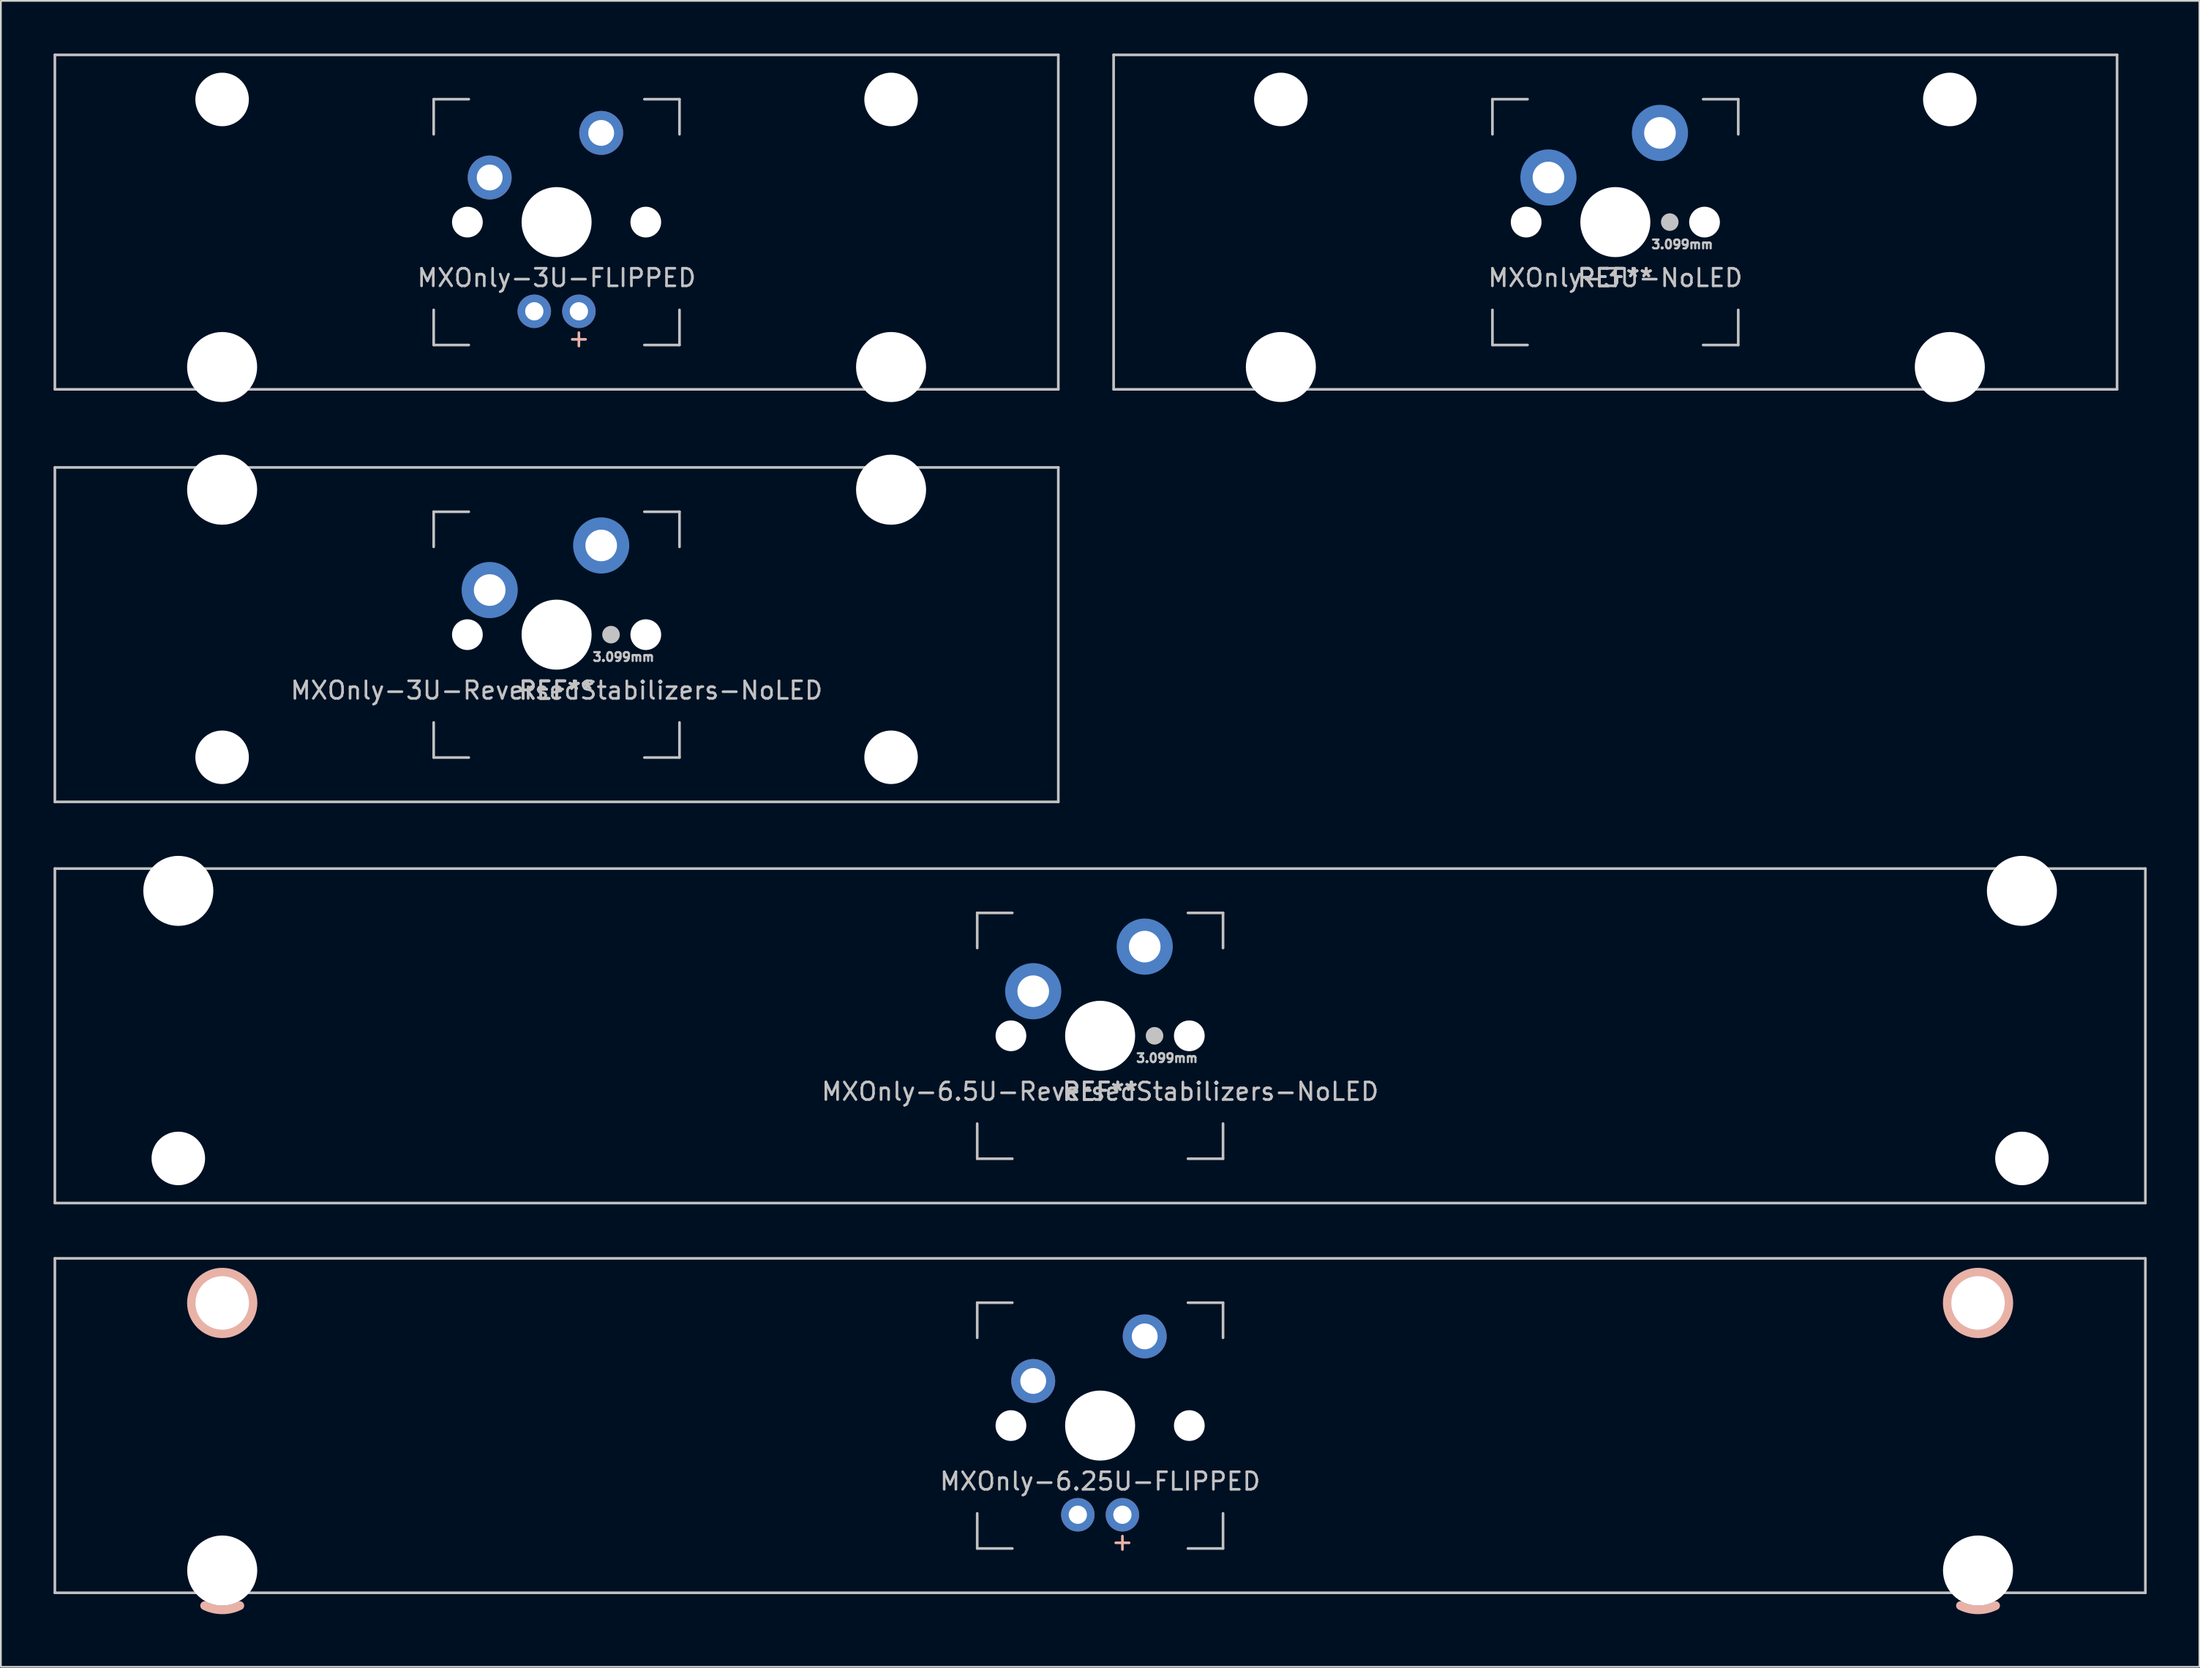
<source format=kicad_pcb>
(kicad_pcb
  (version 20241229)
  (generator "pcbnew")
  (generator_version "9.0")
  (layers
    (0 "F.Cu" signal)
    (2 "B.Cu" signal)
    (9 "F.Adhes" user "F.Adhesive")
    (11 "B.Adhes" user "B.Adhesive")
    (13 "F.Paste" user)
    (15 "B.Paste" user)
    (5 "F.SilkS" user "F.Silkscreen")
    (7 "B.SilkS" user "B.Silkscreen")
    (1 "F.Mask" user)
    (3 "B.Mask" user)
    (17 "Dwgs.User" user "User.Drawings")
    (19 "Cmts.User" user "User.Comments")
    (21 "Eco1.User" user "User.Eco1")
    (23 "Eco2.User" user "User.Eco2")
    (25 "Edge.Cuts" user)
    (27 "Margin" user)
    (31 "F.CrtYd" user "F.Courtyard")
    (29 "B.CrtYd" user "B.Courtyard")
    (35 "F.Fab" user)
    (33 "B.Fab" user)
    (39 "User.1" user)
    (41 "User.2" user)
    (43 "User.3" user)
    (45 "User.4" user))
  (footprint "MXOnly-3U-NoLED"
    (layer "F.Cu")
    (at 88.95 9.6)
    (property "Reference" "MXOnly-3U-NoLED" (at 0 3.175 0) (layer "Dwgs.User") (effects (font (size 1 1) (thickness 0.15))))
    (attr through_hole)
    (fp_line (start -28.575 -9.525) (end 28.575 -9.525) (stroke (width 0.15) (type solid)) (layer "Dwgs.User"))
    (fp_line (start -28.575 9.525) (end -28.575 -9.525) (stroke (width 0.15) (type solid)) (layer "Dwgs.User"))
    (fp_line (start -28.575 9.525) (end 28.575 9.525) (stroke (width 0.15) (type solid)) (layer "Dwgs.User"))
    (fp_line (start -7 -7) (end -7 -5) (stroke (width 0.15) (type solid)) (layer "Dwgs.User"))
    (fp_line (start -7 5) (end -7 7) (stroke (width 0.15) (type solid)) (layer "Dwgs.User"))
    (fp_line (start -7 7) (end -5 7) (stroke (width 0.15) (type solid)) (layer "Dwgs.User"))
    (fp_line (start -5 -7) (end -7 -7) (stroke (width 0.15) (type solid)) (layer "Dwgs.User"))
    (fp_line (start 5 -7) (end 7 -7) (stroke (width 0.15) (type solid)) (layer "Dwgs.User"))
    (fp_line (start 5 7) (end 7 7) (stroke (width 0.15) (type solid)) (layer "Dwgs.User"))
    (fp_line (start 7 -7) (end 7 -5) (stroke (width 0.15) (type solid)) (layer "Dwgs.User"))
    (fp_line (start 7 7) (end 7 5) (stroke (width 0.15) (type solid)) (layer "Dwgs.User"))
    (fp_line (start 28.575 -9.525) (end 28.575 9.525) (stroke (width 0.15) (type solid)) (layer "Dwgs.User"))
    (fp_text user "3.099mm" (at 3.81 1.27 0) (layer "Dwgs.User") (effects (font (size 0.5 0.5) (thickness 0.125))))
    (fp_text user "REF**" (at 0 3.175 0) (layer "Dwgs.User") (effects (font (size 1 1) (thickness 0.15))))
    (fp_text user "REF**" (at 0 3.175 0) (layer "Dwgs.User") (effects (font (size 1 1) (thickness 0.15))))
    (fp_text user "REF**" (at 0 3.175 0) (layer "Dwgs.User") (effects (font (size 1 1) (thickness 0.15))))
    (pad "" np_thru_hole circle (at -19.05 -6.985) (size 3.048 3.048) (drill 3.048) (layers "*.Cu" "*.Mask"))
    (pad "" np_thru_hole circle (at -19.05 8.255) (size 3.988 3.988) (drill 3.988) (layers "*.Cu" "*.Mask"))
    (pad "" np_thru_hole circle (at -5.08 0 48.1) (size 1.75 1.75) (drill 1.75) (layers "*.Cu" "*.Mask"))
    (pad "" smd circle (at -3.81 -2.54) (size 2.8 2.8) (layers "B.Mask"))
    (pad "" np_thru_hole circle (at 0 0) (size 3.988 3.988) (drill 3.988) (layers "*.Cu" "*.Mask"))
    (pad "" smd circle (at 2.54 -5.08) (size 2.8 2.8) (layers "B.Mask"))
    (pad "" smd circle (at 3.099 0) (size 1 1) (layers "Dwgs.User"))
    (pad "" np_thru_hole circle (at 5.08 0 48.1) (size 1.75 1.75) (drill 1.75) (layers "*.Cu" "*.Mask"))
    (pad "" np_thru_hole circle (at 19.05 -6.985) (size 3.048 3.048) (drill 3.048) (layers "*.Cu" "*.Mask"))
    (pad "" np_thru_hole circle (at 19.05 8.255) (size 3.988 3.988) (drill 3.988) (layers "*.Cu" "*.Mask"))
    (pad "1" thru_hole circle (at -3.81 -2.54) (size 2.4 2.4) (drill 1.8) (layers "*.Cu"))
    (pad "1" smd circle (at -3.81 -2.54) (size 3.2 3.2) (layers "B.Cu"))
    (pad "2" thru_hole circle (at 2.54 -5.08) (size 2.4 2.4) (drill 1.8) (layers "*.Cu"))
    (pad "2" smd circle (at 2.54 -5.08) (size 3.2 3.2) (layers "B.Cu")))
  (footprint "MXOnly-6.25U-FLIPPED"
    (layer "F.Cu")
    (at 59.606 78.147)
    (property "Reference" "MXOnly-6.25U-FLIPPED" (at 0 3.175 0) (layer "Dwgs.User") (effects (font (size 1 1) (thickness 0.15))))
    (attr through_hole)
    (fp_arc (start -48.9999 10.255) (mid -49.999313 10.491068) (end -50.998849 10.255525) (stroke (width 0.5) (type solid)) (layer "B.SilkS"))
    (fp_arc (start 50.9999 10.255) (mid 50.000487 10.491068) (end 49.000951 10.255525) (stroke (width 0.5) (type solid)) (layer "B.SilkS"))
    (fp_circle (center -50 -6.985) (end -48.25 -6.985) (stroke (width 0.5) (type solid)) (fill no) (layer "B.SilkS"))
    (fp_circle (center 50 -6.985) (end 51.75 -6.985) (stroke (width 0.5) (type solid)) (fill no) (layer "B.SilkS"))
    (fp_line (start -59.531 -9.525) (end 59.531 -9.525) (stroke (width 0.15) (type solid)) (layer "Dwgs.User"))
    (fp_line (start -59.531 9.525) (end -59.531 -9.525) (stroke (width 0.15) (type solid)) (layer "Dwgs.User"))
    (fp_line (start -59.531 9.525) (end 59.531 9.525) (stroke (width 0.15) (type solid)) (layer "Dwgs.User"))
    (fp_line (start -7 -7) (end -7 -5) (stroke (width 0.15) (type solid)) (layer "Dwgs.User"))
    (fp_line (start -7 5) (end -7 7) (stroke (width 0.15) (type solid)) (layer "Dwgs.User"))
    (fp_line (start -7 7) (end -5 7) (stroke (width 0.15) (type solid)) (layer "Dwgs.User"))
    (fp_line (start -5 -7) (end -7 -7) (stroke (width 0.15) (type solid)) (layer "Dwgs.User"))
    (fp_line (start 5 -7) (end 7 -7) (stroke (width 0.15) (type solid)) (layer "Dwgs.User"))
    (fp_line (start 5 7) (end 7 7) (stroke (width 0.15) (type solid)) (layer "Dwgs.User"))
    (fp_line (start 7 -7) (end 7 -5) (stroke (width 0.15) (type solid)) (layer "Dwgs.User"))
    (fp_line (start 7 7) (end 7 5) (stroke (width 0.15) (type solid)) (layer "Dwgs.User"))
    (fp_line (start 59.531 -9.525) (end 59.531 9.525) (stroke (width 0.15) (type solid)) (layer "Dwgs.User"))
    (fp_text user "+" (at 1.27 6.604 0) (layer "B.SilkS") (effects (font (size 1 1) (thickness 0.15))))
    (pad "" np_thru_hole circle (at -50 -6.985) (size 3.048 3.048) (drill 3.048) (layers "*.Cu" "*.Mask"))
    (pad "" np_thru_hole circle (at -50 8.255) (size 3.988 3.988) (drill 3.988) (layers "*.Cu" "*.Mask"))
    (pad "" np_thru_hole circle (at -5.08 0 48.1) (size 1.75 1.75) (drill 1.75) (layers "*.Cu" "*.Mask"))
    (pad "" np_thru_hole circle (at 0 0) (size 3.988 3.988) (drill 3.988) (layers "*.Cu" "*.Mask"))
    (pad "" np_thru_hole circle (at 5.08 0 48.1) (size 1.75 1.75) (drill 1.75) (layers "*.Cu" "*.Mask"))
    (pad "" np_thru_hole circle (at 50 -6.985) (size 3.048 3.048) (drill 3.048) (layers "*.Cu" "*.Mask"))
    (pad "" np_thru_hole circle (at 50 8.255) (size 3.988 3.988) (drill 3.988) (layers "*.Cu" "*.Mask"))
    (pad "1" thru_hole circle (at -3.81 -2.54) (size 2.5 2.5) (drill 1.47) (layers "*.Cu" "*.Mask"))
    (pad "2" thru_hole circle (at 2.54 -5.08) (size 2.5 2.5) (drill 1.47) (layers "*.Cu" "*.Mask"))
    (pad "3" thru_hole circle (at 1.27 5.08) (size 1.905 1.905) (drill 1.04) (layers "*.Cu" "*.Mask"))
    (pad "4" thru_hole circle (at -1.27 5.08) (size 1.905 1.905) (drill 1.04) (layers "*.Cu" "*.Mask")))
  (footprint "MXOnly-3U-FLIPPED"
    (layer "F.Cu")
    (at 28.65 9.6)
    (property "Reference" "MXOnly-3U-FLIPPED" (at 0 3.175 0) (layer "Dwgs.User") (effects (font (size 1 1) (thickness 0.15))))
    (attr through_hole)
    (fp_line (start -28.575 -9.525) (end 28.575 -9.525) (stroke (width 0.15) (type solid)) (layer "Dwgs.User"))
    (fp_line (start -28.575 9.525) (end -28.575 -9.525) (stroke (width 0.15) (type solid)) (layer "Dwgs.User"))
    (fp_line (start -28.575 9.525) (end 28.575 9.525) (stroke (width 0.15) (type solid)) (layer "Dwgs.User"))
    (fp_line (start -7 -7) (end -7 -5) (stroke (width 0.15) (type solid)) (layer "Dwgs.User"))
    (fp_line (start -7 5) (end -7 7) (stroke (width 0.15) (type solid)) (layer "Dwgs.User"))
    (fp_line (start -7 7) (end -5 7) (stroke (width 0.15) (type solid)) (layer "Dwgs.User"))
    (fp_line (start -5 -7) (end -7 -7) (stroke (width 0.15) (type solid)) (layer "Dwgs.User"))
    (fp_line (start 5 -7) (end 7 -7) (stroke (width 0.15) (type solid)) (layer "Dwgs.User"))
    (fp_line (start 5 7) (end 7 7) (stroke (width 0.15) (type solid)) (layer "Dwgs.User"))
    (fp_line (start 7 -7) (end 7 -5) (stroke (width 0.15) (type solid)) (layer "Dwgs.User"))
    (fp_line (start 7 7) (end 7 5) (stroke (width 0.15) (type solid)) (layer "Dwgs.User"))
    (fp_line (start 28.575 -9.525) (end 28.575 9.525) (stroke (width 0.15) (type solid)) (layer "Dwgs.User"))
    (fp_text user "+" (at 1.27 6.604 0) (layer "B.SilkS") (effects (font (size 1 1) (thickness 0.15))))
    (pad "" np_thru_hole circle (at -19.05 -6.985) (size 3.048 3.048) (drill 3.048) (layers "*.Cu" "*.Mask"))
    (pad "" np_thru_hole circle (at -19.05 8.255) (size 3.988 3.988) (drill 3.988) (layers "*.Cu" "*.Mask"))
    (pad "" np_thru_hole circle (at -5.08 0 48.1) (size 1.75 1.75) (drill 1.75) (layers "*.Cu" "*.Mask"))
    (pad "" np_thru_hole circle (at 0 0) (size 3.988 3.988) (drill 3.988) (layers "*.Cu" "*.Mask"))
    (pad "" np_thru_hole circle (at 5.08 0 48.1) (size 1.75 1.75) (drill 1.75) (layers "*.Cu" "*.Mask"))
    (pad "" np_thru_hole circle (at 19.05 -6.985) (size 3.048 3.048) (drill 3.048) (layers "*.Cu" "*.Mask"))
    (pad "" np_thru_hole circle (at 19.05 8.255) (size 3.988 3.988) (drill 3.988) (layers "*.Cu" "*.Mask"))
    (pad "1" thru_hole circle (at -3.81 -2.54 48.1) (size 2.5 2.5) (drill 1.47) (layers "*.Cu" "*.Mask"))
    (pad "2" thru_hole circle (at 2.54 -5.08) (size 2.5 2.5) (drill 1.47) (layers "*.Cu" "*.Mask"))
    (pad "3" thru_hole circle (at 1.27 5.08) (size 1.905 1.905) (drill 1.04) (layers "*.Cu" "*.Mask"))
    (pad "4" thru_hole circle (at -1.27 5.08) (size 1.905 1.905) (drill 1.04) (layers "*.Cu" "*.Mask")))
  (footprint "MXOnly-6.5U-ReversedStabilizers-NoLED"
    (layer "F.Cu")
    (at 59.606 55.947)
    (property "Reference" "MXOnly-6.5U-ReversedStabilizers-NoLED" (at 0 3.175 0) (layer "Dwgs.User") (effects (font (size 1 1) (thickness 0.15))))
    (attr through_hole)
    (fp_line (start -59.531 -9.525) (end 59.531 -9.525) (stroke (width 0.15) (type solid)) (layer "Dwgs.User"))
    (fp_line (start -59.531 9.525) (end -59.531 -9.525) (stroke (width 0.15) (type solid)) (layer "Dwgs.User"))
    (fp_line (start -59.531 9.525) (end 59.531 9.525) (stroke (width 0.15) (type solid)) (layer "Dwgs.User"))
    (fp_line (start -7 -7) (end -7 -5) (stroke (width 0.15) (type solid)) (layer "Dwgs.User"))
    (fp_line (start -7 5) (end -7 7) (stroke (width 0.15) (type solid)) (layer "Dwgs.User"))
    (fp_line (start -7 7) (end -5 7) (stroke (width 0.15) (type solid)) (layer "Dwgs.User"))
    (fp_line (start -5 -7) (end -7 -7) (stroke (width 0.15) (type solid)) (layer "Dwgs.User"))
    (fp_line (start 5 -7) (end 7 -7) (stroke (width 0.15) (type solid)) (layer "Dwgs.User"))
    (fp_line (start 5 7) (end 7 7) (stroke (width 0.15) (type solid)) (layer "Dwgs.User"))
    (fp_line (start 7 -7) (end 7 -5) (stroke (width 0.15) (type solid)) (layer "Dwgs.User"))
    (fp_line (start 7 7) (end 7 5) (stroke (width 0.15) (type solid)) (layer "Dwgs.User"))
    (fp_line (start 59.531 -9.525) (end 59.531 9.525) (stroke (width 0.15) (type solid)) (layer "Dwgs.User"))
    (fp_text user "REF**" (at 0 3.175 0) (layer "Dwgs.User") (effects (font (size 1 1) (thickness 0.15))))
    (fp_text user "3.099mm" (at 3.81 1.27 0) (layer "Dwgs.User") (effects (font (size 0.5 0.5) (thickness 0.125))))
    (fp_text user "REF**" (at 0 3.175 0) (layer "Dwgs.User") (effects (font (size 1 1) (thickness 0.15))))
    (fp_text user "REF**" (at 0 3.175 0) (layer "Dwgs.User") (effects (font (size 1 1) (thickness 0.15))))
    (pad "" np_thru_hole circle (at -52.5 -8.255) (size 3.988 3.988) (drill 3.988) (layers "*.Cu" "*.Mask"))
    (pad "" np_thru_hole circle (at -52.5 6.985) (size 3.048 3.048) (drill 3.048) (layers "*.Cu" "*.Mask"))
    (pad "" np_thru_hole circle (at -5.08 0 48.1) (size 1.75 1.75) (drill 1.75) (layers "*.Cu" "*.Mask"))
    (pad "" smd circle (at -3.81 -2.54) (size 2.8 2.8) (layers "B.Mask"))
    (pad "" np_thru_hole circle (at 0 0) (size 3.988 3.988) (drill 3.988) (layers "*.Cu" "*.Mask"))
    (pad "" smd circle (at 2.54 -5.08) (size 2.8 2.8) (layers "B.Mask"))
    (pad "" smd circle (at 3.099 0) (size 1 1) (layers "Dwgs.User"))
    (pad "" np_thru_hole circle (at 5.08 0 48.1) (size 1.75 1.75) (drill 1.75) (layers "*.Cu" "*.Mask"))
    (pad "" np_thru_hole circle (at 52.5 -8.255) (size 3.988 3.988) (drill 3.988) (layers "*.Cu" "*.Mask"))
    (pad "" np_thru_hole circle (at 52.5 6.985) (size 3.048 3.048) (drill 3.048) (layers "*.Cu" "*.Mask"))
    (pad "1" thru_hole circle (at -3.81 -2.54) (size 2.4 2.4) (drill 1.8) (layers "*.Cu"))
    (pad "1" smd circle (at -3.81 -2.54) (size 3.2 3.2) (layers "B.Cu"))
    (pad "2" thru_hole circle (at 2.54 -5.08) (size 2.4 2.4) (drill 1.8) (layers "*.Cu"))
    (pad "2" smd circle (at 2.54 -5.08) (size 3.2 3.2) (layers "B.Cu")))
  (footprint "MXOnly-3U-ReversedStabilizers-NoLED"
    (layer "F.Cu")
    (at 28.65 33.098)
    (property "Reference" "MXOnly-3U-ReversedStabilizers-NoLED" (at 0 3.175 0) (layer "Dwgs.User") (effects (font (size 1 1) (thickness 0.15))))
    (attr through_hole)
    (fp_line (start -28.575 -9.525) (end 28.575 -9.525) (stroke (width 0.15) (type solid)) (layer "Dwgs.User"))
    (fp_line (start -28.575 9.525) (end -28.575 -9.525) (stroke (width 0.15) (type solid)) (layer "Dwgs.User"))
    (fp_line (start -28.575 9.525) (end 28.575 9.525) (stroke (width 0.15) (type solid)) (layer "Dwgs.User"))
    (fp_line (start -7 -7) (end -7 -5) (stroke (width 0.15) (type solid)) (layer "Dwgs.User"))
    (fp_line (start -7 5) (end -7 7) (stroke (width 0.15) (type solid)) (layer "Dwgs.User"))
    (fp_line (start -7 7) (end -5 7) (stroke (width 0.15) (type solid)) (layer "Dwgs.User"))
    (fp_line (start -5 -7) (end -7 -7) (stroke (width 0.15) (type solid)) (layer "Dwgs.User"))
    (fp_line (start 5 -7) (end 7 -7) (stroke (width 0.15) (type solid)) (layer "Dwgs.User"))
    (fp_line (start 5 7) (end 7 7) (stroke (width 0.15) (type solid)) (layer "Dwgs.User"))
    (fp_line (start 7 -7) (end 7 -5) (stroke (width 0.15) (type solid)) (layer "Dwgs.User"))
    (fp_line (start 7 7) (end 7 5) (stroke (width 0.15) (type solid)) (layer "Dwgs.User"))
    (fp_line (start 28.575 -9.525) (end 28.575 9.525) (stroke (width 0.15) (type solid)) (layer "Dwgs.User"))
    (fp_text user "REF**" (at 0 3.175 0) (layer "Dwgs.User") (effects (font (size 1 1) (thickness 0.15))))
    (fp_text user "REF**" (at 0 3.175 0) (layer "Dwgs.User") (effects (font (size 1 1) (thickness 0.15))))
    (fp_text user "REF**" (at 0 3.175 0) (layer "Dwgs.User") (effects (font (size 1 1) (thickness 0.15))))
    (fp_text user "3.099mm" (at 3.81 1.27 0) (layer "Dwgs.User") (effects (font (size 0.5 0.5) (thickness 0.125))))
    (pad "" np_thru_hole circle (at -19.05 -8.255) (size 3.988 3.988) (drill 3.988) (layers "*.Cu" "*.Mask"))
    (pad "" np_thru_hole circle (at -19.05 6.985) (size 3.048 3.048) (drill 3.048) (layers "*.Cu" "*.Mask"))
    (pad "" np_thru_hole circle (at -5.08 0 48.1) (size 1.75 1.75) (drill 1.75) (layers "*.Cu" "*.Mask"))
    (pad "" smd circle (at -3.81 -2.54) (size 2.8 2.8) (layers "B.Mask"))
    (pad "" np_thru_hole circle (at 0 0) (size 3.988 3.988) (drill 3.988) (layers "*.Cu" "*.Mask"))
    (pad "" smd circle (at 2.54 -5.08) (size 2.8 2.8) (layers "B.Mask"))
    (pad "" smd circle (at 3.099 0) (size 1 1) (layers "Dwgs.User"))
    (pad "" np_thru_hole circle (at 5.08 0 48.1) (size 1.75 1.75) (drill 1.75) (layers "*.Cu" "*.Mask"))
    (pad "" np_thru_hole circle (at 19.05 -8.255) (size 3.988 3.988) (drill 3.988) (layers "*.Cu" "*.Mask"))
    (pad "" np_thru_hole circle (at 19.05 6.985) (size 3.048 3.048) (drill 3.048) (layers "*.Cu" "*.Mask"))
    (pad "1" thru_hole circle (at -3.81 -2.54) (size 2.4 2.4) (drill 1.8) (layers "*.Cu"))
    (pad "1" smd circle (at -3.81 -2.54) (size 3.2 3.2) (layers "B.Cu"))
    (pad "2" thru_hole circle (at 2.54 -5.08) (size 2.4 2.4) (drill 1.8) (layers "*.Cu"))
    (pad "2" smd circle (at 2.54 -5.08) (size 3.2 3.2) (layers "B.Cu")))
  (gr_rect
    (start -3 -3)
    (end 122.213 91.888)
    (stroke (width 0.1) (type default))
    (fill no)
    (layer "Edge.Cuts")))
</source>
